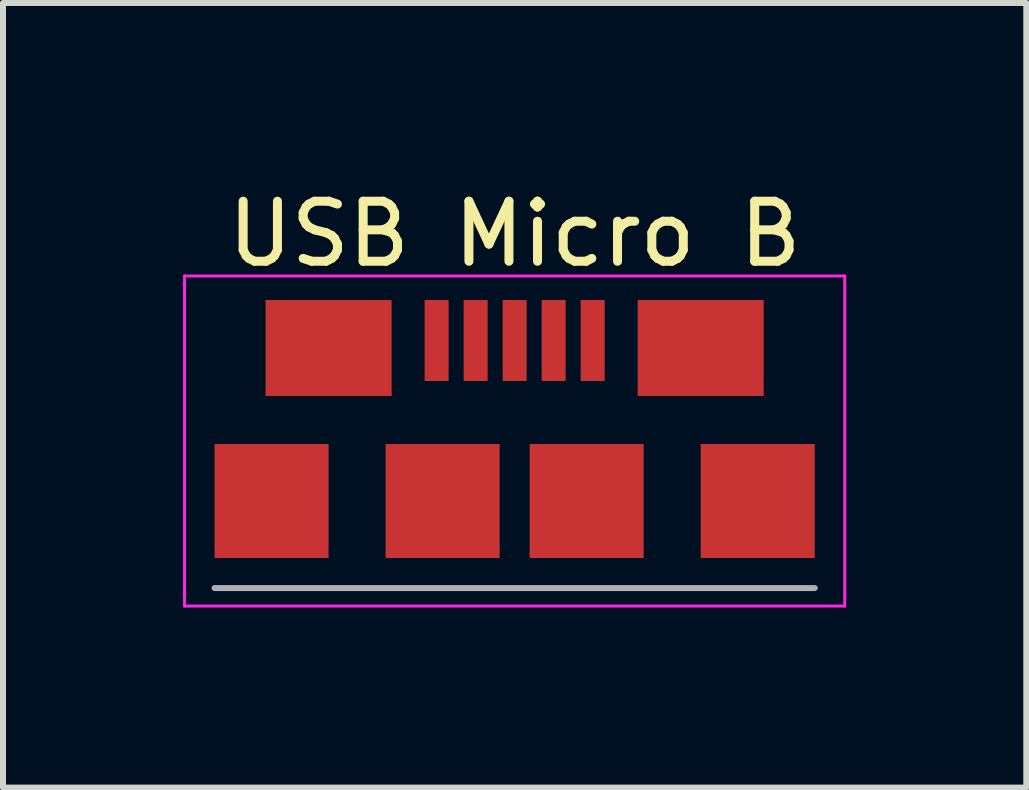
<source format=kicad_pcb>
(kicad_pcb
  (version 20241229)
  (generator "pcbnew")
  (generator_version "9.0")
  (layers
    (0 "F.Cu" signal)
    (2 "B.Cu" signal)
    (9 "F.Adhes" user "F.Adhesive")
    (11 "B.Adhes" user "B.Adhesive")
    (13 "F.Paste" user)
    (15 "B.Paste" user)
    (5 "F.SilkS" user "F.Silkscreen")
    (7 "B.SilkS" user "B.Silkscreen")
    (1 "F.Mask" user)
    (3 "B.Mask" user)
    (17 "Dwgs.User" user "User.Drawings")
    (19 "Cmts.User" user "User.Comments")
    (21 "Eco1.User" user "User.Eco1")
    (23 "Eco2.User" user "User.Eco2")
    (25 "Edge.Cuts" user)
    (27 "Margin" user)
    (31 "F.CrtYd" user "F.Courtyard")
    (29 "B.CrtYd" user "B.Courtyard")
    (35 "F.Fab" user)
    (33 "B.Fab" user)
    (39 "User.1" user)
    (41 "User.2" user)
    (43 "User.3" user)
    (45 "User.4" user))
  (footprint "USB Micro B"
    (layer "F.Cu")
    (at 5.525 5.298)
    (property "Reference" "USB Micro B" (at 0 -4.45 0) (layer "F.SilkS") (effects (font (size 1 1) (thickness 0.15))))
    (attr through_hole)
    (fp_line (start -5.5 -3.75) (end -5.5 1.75) (stroke (width 0.05) (type solid)) (layer "F.CrtYd"))
    (fp_line (start 5.5 -3.75) (end -5.5 -3.75) (stroke (width 0.05) (type solid)) (layer "F.CrtYd"))
    (fp_line (start 5.5 1.75) (end -5.5 1.75) (stroke (width 0.05) (type solid)) (layer "F.CrtYd"))
    (fp_line (start 5.5 1.75) (end 5.5 -3.75) (stroke (width 0.05) (type solid)) (layer "F.CrtYd"))
    (fp_line (start 5 1.45) (end -5 1.45) (stroke (width 0.1) (type solid)) (layer "F.Fab"))
    (pad "1" smd rect (at -1.3 -2.675) (size 0.4 1.35) (layers "F.Cu" "F.Mask" "F.Paste"))
    (pad "2" smd rect (at -0.65 -2.675) (size 0.4 1.35) (layers "F.Cu" "F.Mask" "F.Paste"))
    (pad "3" smd rect (at 0 -2.675) (size 0.4 1.35) (layers "F.Cu" "F.Mask" "F.Paste"))
    (pad "4" smd rect (at 0.65 -2.675) (size 0.4 1.35) (layers "F.Cu" "F.Mask" "F.Paste"))
    (pad "5" smd rect (at 1.3 -2.675) (size 0.4 1.35) (layers "F.Cu" "F.Mask" "F.Paste"))
    (pad "6" smd rect (at -4.05 0) (size 1.9 1.9) (layers "F.Cu" "F.Mask" "F.Paste"))
    (pad "6" smd rect (at -3.1 -2.55) (size 2.1 1.6) (layers "F.Cu" "F.Mask" "F.Paste"))
    (pad "6" smd rect (at -1.2 0) (size 1.9 1.9) (layers "F.Cu" "F.Mask" "F.Paste"))
    (pad "6" smd rect (at 1.2 0) (size 1.9 1.9) (layers "F.Cu" "F.Mask" "F.Paste"))
    (pad "6" smd rect (at 3.1 -2.55) (size 2.1 1.6) (layers "F.Cu" "F.Mask" "F.Paste"))
    (pad "6" smd rect (at 4.05 0) (size 1.9 1.9) (layers "F.Cu" "F.Mask" "F.Paste")))
  (gr_rect
    (start -3 -3)
    (end 14.05 10.073)
    (stroke (width 0.1) (type default))
    (fill no)
    (layer "Edge.Cuts")))
</source>
